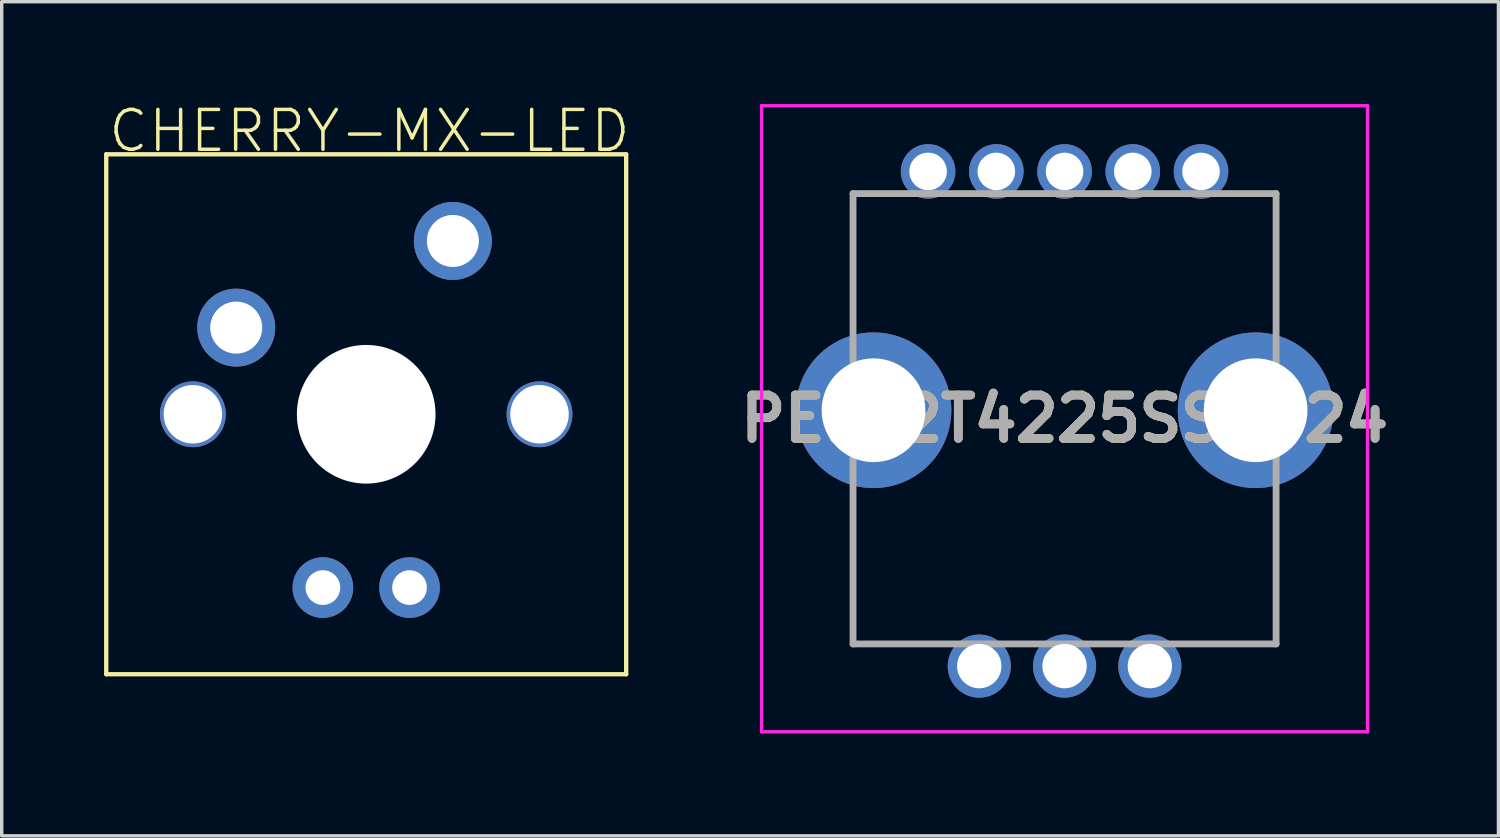
<source format=kicad_pcb>
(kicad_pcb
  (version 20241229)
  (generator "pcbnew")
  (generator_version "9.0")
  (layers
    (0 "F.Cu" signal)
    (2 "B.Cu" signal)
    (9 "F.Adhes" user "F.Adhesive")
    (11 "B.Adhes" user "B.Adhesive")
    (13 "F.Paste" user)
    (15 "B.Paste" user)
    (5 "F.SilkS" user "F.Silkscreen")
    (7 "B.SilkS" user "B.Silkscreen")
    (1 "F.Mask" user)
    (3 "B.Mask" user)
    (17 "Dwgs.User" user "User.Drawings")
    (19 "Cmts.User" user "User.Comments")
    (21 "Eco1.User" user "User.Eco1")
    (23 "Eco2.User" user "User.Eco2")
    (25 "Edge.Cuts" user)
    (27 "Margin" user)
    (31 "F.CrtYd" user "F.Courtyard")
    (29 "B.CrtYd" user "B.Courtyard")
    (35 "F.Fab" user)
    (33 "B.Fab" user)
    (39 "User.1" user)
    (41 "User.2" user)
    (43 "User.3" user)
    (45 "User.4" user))
  (footprint "CHERRY-MX-LED"
    (layer "F.Cu")
    (at 7.684 9.093)
    (property "Reference" "CHERRY-MX-LED" (at -7.62 -7.62 0) (unlocked yes) (layer "F.SilkS") (effects (font (size 1.168 1.168) (thickness 0.102)) (justify left bottom)))
    (fp_line (start -7.62 -7.62) (end 7.62 -7.62) (stroke (width 0.127) (type solid)) (layer "F.SilkS"))
    (fp_line (start -7.62 7.62) (end -7.62 -7.62) (stroke (width 0.127) (type solid)) (layer "F.SilkS"))
    (fp_line (start 7.62 -7.62) (end 7.62 7.62) (stroke (width 0.127) (type solid)) (layer "F.SilkS"))
    (fp_line (start 7.62 7.62) (end -7.62 7.62) (stroke (width 0.127) (type solid)) (layer "F.SilkS"))
    (pad "" np_thru_hole circle (at -5.08 0) (size 1.93 1.93) (drill 1.714) (layers "*.Cu" "*.Mask"))
    (pad "" np_thru_hole circle (at 0 0) (size 4.064 4.064) (drill 4.064) (layers "*.Cu" "*.Mask"))
    (pad "" np_thru_hole circle (at 5.08 0) (size 1.93 1.93) (drill 1.714) (layers "*.Cu" "*.Mask"))
    (pad "LED+" thru_hole circle (at -1.27 5.08) (size 1.778 1.778) (drill 1.016) (layers "*.Cu" "*.Mask"))
    (pad "LED-" thru_hole circle (at 1.27 5.08) (size 1.778 1.778) (drill 1.016) (layers "*.Cu" "*.Mask"))
    (pad "SW1" thru_hole circle (at -3.81 -2.54) (size 2.286 2.286) (drill 1.524) (layers "*.Cu" "*.Mask"))
    (pad "SW2" thru_hole circle (at 2.54 -5.08) (size 2.286 2.286) (drill 1.524) (layers "*.Cu" "*.Mask")))
  (footprint "PEL12T4225SS1024"
    (layer "F.Cu")
    (at 28.154 9.225)
    (property "Reference" "PEL12T4225SS1024" (at 0 0 0) (layer "F.SilkS") (effects (font (size 1.27 1.27) (thickness 0.254))))
    (attr through_hole)
    (fp_line (start -6.2 -6.6) (end -6.2 -3) (stroke (width 0.1) (type solid)) (layer "F.SilkS"))
    (fp_line (start -6.2 6.6) (end -6.2 2.5) (stroke (width 0.1) (type solid)) (layer "F.SilkS"))
    (fp_line (start -5.5 -6.6) (end -6.2 -6.6) (stroke (width 0.1) (type solid)) (layer "F.SilkS"))
    (fp_line (start -4 6.6) (end -6.2 6.6) (stroke (width 0.1) (type solid)) (layer "F.SilkS"))
    (fp_line (start 4 6.6) (end 6.2 6.6) (stroke (width 0.1) (type solid)) (layer "F.SilkS"))
    (fp_line (start 6.2 -6.6) (end 5.6 -6.6) (stroke (width 0.1) (type solid)) (layer "F.SilkS"))
    (fp_line (start 6.2 -3) (end 6.2 -6.6) (stroke (width 0.1) (type solid)) (layer "F.SilkS"))
    (fp_line (start 6.2 3) (end 6.2 2.5) (stroke (width 0.1) (type solid)) (layer "F.SilkS"))
    (fp_line (start 6.2 6.6) (end 6.2 3) (stroke (width 0.1) (type solid)) (layer "F.SilkS"))
    (fp_line (start -8.881 -9.175) (end 8.881 -9.175) (stroke (width 0.1) (type solid)) (layer "F.CrtYd"))
    (fp_line (start -8.881 9.175) (end -8.881 -9.175) (stroke (width 0.1) (type solid)) (layer "F.CrtYd"))
    (fp_line (start 8.881 -9.175) (end 8.881 9.175) (stroke (width 0.1) (type solid)) (layer "F.CrtYd"))
    (fp_line (start 8.881 9.175) (end -8.881 9.175) (stroke (width 0.1) (type solid)) (layer "F.CrtYd"))
    (fp_line (start -6.2 -6.6) (end 6.2 -6.6) (stroke (width 0.2) (type solid)) (layer "F.Fab"))
    (fp_line (start -6.2 6.6) (end -6.2 -6.6) (stroke (width 0.2) (type solid)) (layer "F.Fab"))
    (fp_line (start 6.2 -6.6) (end 6.2 6.6) (stroke (width 0.2) (type solid)) (layer "F.Fab"))
    (fp_line (start 6.2 6.6) (end -6.2 6.6) (stroke (width 0.2) (type solid)) (layer "F.Fab"))
    (fp_text user "${REFERENCE}" (at 0 0 0) (layer "F.Fab") (effects (font (size 1.27 1.27) (thickness 0.254))))
    (pad "1" thru_hole circle (at -4 -7.25) (size 1.6 1.6) (drill 1.1) (layers "*.Cu" "*.Mask"))
    (pad "2" thru_hole circle (at -2 -7.25) (size 1.6 1.6) (drill 1.1) (layers "*.Cu" "*.Mask"))
    (pad "3" thru_hole circle (at 0 -7.25) (size 1.6 1.6) (drill 1.1) (layers "*.Cu" "*.Mask"))
    (pad "4" thru_hole circle (at 2 -7.25) (size 1.6 1.6) (drill 1.1) (layers "*.Cu" "*.Mask"))
    (pad "5" thru_hole circle (at 4 -7.25) (size 1.6 1.6) (drill 1.1) (layers "*.Cu" "*.Mask"))
    (pad "A" thru_hole circle (at -2.5 7.25) (size 1.85 1.85) (drill 1.3) (layers "*.Cu" "*.Mask"))
    (pad "B" thru_hole circle (at 2.5 7.25) (size 1.85 1.85) (drill 1.3) (layers "*.Cu" "*.Mask"))
    (pad "C" thru_hole circle (at 0 7.25) (size 1.85 1.85) (drill 1.3) (layers "*.Cu" "*.Mask"))
    (pad "MH1" thru_hole circle (at -5.6 -0.25) (size 4.562 4.562) (drill 3.041) (layers "*.Cu" "*.Mask"))
    (pad "MH2" thru_hole circle (at 5.6 -0.25) (size 4.562 4.562) (drill 3.041) (layers "*.Cu" "*.Mask")))
  (gr_rect
    (start -3 -3)
    (end 40.872 21.45)
    (stroke (width 0.1) (type default))
    (fill no)
    (layer "Edge.Cuts")))
</source>
